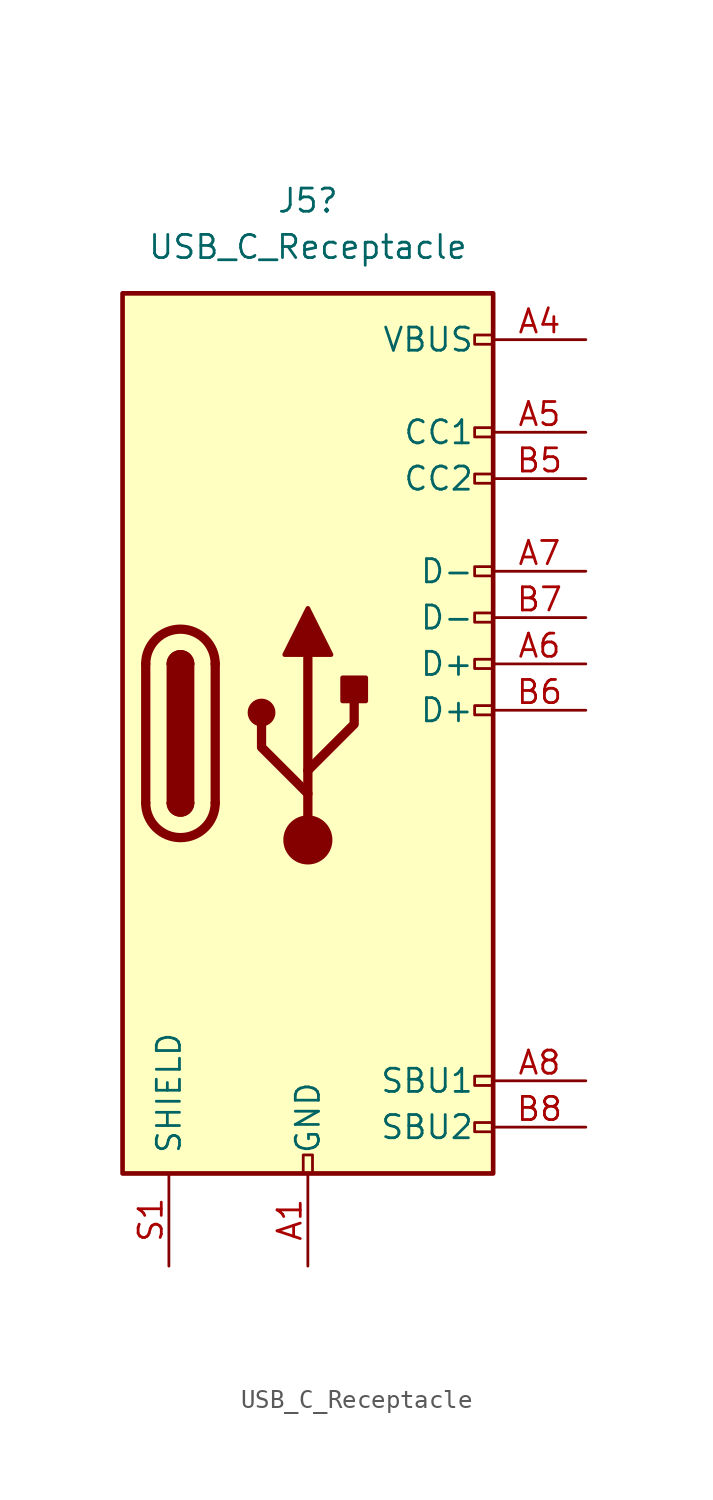
<source format=kicad_sym>
(kicad_symbol_lib
  (version 20220914)
  (generator kicad_symbol_editor)
  (symbol "USB_C_Receptacle"
    (pin_names
      (offset 1.016))
    (property "Reference" "J5"
      (at 0 33.02 0)
      (effects (font (size 1.27 1.27))))
    (property "Value" "USB_C_Receptacle"
      (at 0 30.48 0)
      (effects (font (size 1.27 1.27))))
    (symbol "USB_C_Receptacle_0_0"
      (rectangle (start -0.254 -20.32) (end 0.254 -19.304) (stroke (width 0) (type default)) (fill (type none)))
      (rectangle (start 10.16 -17.526) (end 9.144 -18.034) (stroke (width 0) (type default)) (fill (type none)))
      (rectangle (start 10.16 -14.986) (end 9.144 -15.494) (stroke (width 0) (type default)) (fill (type none)))
      (rectangle (start 10.16 5.334) (end 9.144 4.826) (stroke (width 0) (type default)) (fill (type none)))
      (rectangle (start 10.16 7.874) (end 9.144 7.366) (stroke (width 0) (type default)) (fill (type none)))
      (rectangle (start 10.16 10.414) (end 9.144 9.906) (stroke (width 0) (type default)) (fill (type none)))
      (rectangle (start 10.16 12.954) (end 9.144 12.446) (stroke (width 0) (type default)) (fill (type none)))
      (rectangle (start 10.16 18.034) (end 9.144 17.526) (stroke (width 0) (type default)) (fill (type none)))
      (rectangle (start 10.16 20.574) (end 9.144 20.066) (stroke (width 0) (type default)) (fill (type none)))
      (rectangle (start 10.16 25.654) (end 9.144 25.146) (stroke (width 0) (type default)) (fill (type none))))
    (symbol "USB_C_Receptacle_0_1"
      (rectangle (start -10.16 27.94) (end 10.16 -20.32) (stroke (width 0.254) (type default)) (fill (type background)))
      (arc (start -8.89 0) (mid -6.985 -1.8967) (end -5.08 0) (stroke (width 0.508) (type default)) (fill (type none)))
      (arc (start -7.62 0) (mid -6.985 -0.6323) (end -6.35 0) (stroke (width 0.254) (type default)) (fill (type none)))
      (arc (start -7.62 0) (mid -6.985 -0.6323) (end -6.35 0) (stroke (width 0.254) (type default)) (fill (type outline)))
      (rectangle (start -7.62 0) (end -6.35 7.62) (stroke (width 0.254) (type default)) (fill (type outline)))
      (arc (start -6.35 7.62) (mid -6.985 8.2523) (end -7.62 7.62) (stroke (width 0.254) (type default)) (fill (type none)))
      (arc (start -6.35 7.62) (mid -6.985 8.2523) (end -7.62 7.62) (stroke (width 0.254) (type default)) (fill (type outline)))
      (arc (start -5.08 7.62) (mid -6.985 9.5167) (end -8.89 7.62) (stroke (width 0.508) (type default)) (fill (type none)))
      (polyline (pts (xy -8.89 0) (xy -8.89 7.62)) (stroke (width 0.508) (type default)) (fill (type none)))
      (polyline (pts (xy -5.08 7.62) (xy -5.08 0)) (stroke (width 0.508) (type default)) (fill (type none))))
    (symbol "USB_C_Receptacle_1_1"
      (circle (center -2.54 4.953) (radius 0.635) (stroke (width 0.254) (type default)) (fill (type outline)))
      (circle (center 0 -2.032) (radius 1.27) (stroke (width 0) (type default)) (fill (type outline)))
      (polyline (pts (xy 0 -2.032) (xy 0 8.128)) (stroke (width 0.508) (type default)) (fill (type none)))
      (polyline (pts (xy 0 0.508) (xy -2.54 3.048) (xy -2.54 4.318)) (stroke (width 0.508) (type default)) (fill (type none)))
      (polyline (pts (xy 0 1.778) (xy 2.54 4.318) (xy 2.54 5.588)) (stroke (width 0.508) (type default)) (fill (type none)))
      (polyline (pts (xy -1.27 8.128) (xy 0 10.668) (xy 1.27 8.128) (xy -1.27 8.128)) (stroke (width 0.254) (type default)) (fill (type outline)))
      (rectangle (start 1.905 5.588) (end 3.175 6.858) (stroke (width 0.254) (type default)) (fill (type outline)))
      (pin passive line (at 0 -25.4 90) (length 5.08) (name "GND" (effects (font (size 1.27 1.27)))) (number "A1" (effects (font (size 1.27 1.27)))))
      (pin passive line (at 0 -25.4 90) (length 5.08) hide (name "GND" (effects (font (size 1.27 1.27)))) (number "A12" (effects (font (size 1.27 1.27)))))
      (pin passive line (at 15.24 25.4 180) (length 5.08) (name "VBUS" (effects (font (size 1.27 1.27)))) (number "A4" (effects (font (size 1.27 1.27)))))
      (pin bidirectional line (at 15.24 20.32 180) (length 5.08) (name "CC1" (effects (font (size 1.27 1.27)))) (number "A5" (effects (font (size 1.27 1.27)))))
      (pin bidirectional line (at 15.24 7.62 180) (length 5.08) (name "D+" (effects (font (size 1.27 1.27)))) (number "A6" (effects (font (size 1.27 1.27)))))
      (pin bidirectional line (at 15.24 12.7 180) (length 5.08) (name "D-" (effects (font (size 1.27 1.27)))) (number "A7" (effects (font (size 1.27 1.27)))))
      (pin bidirectional line (at 15.24 -15.24 180) (length 5.08) (name "SBU1" (effects (font (size 1.27 1.27)))) (number "A8" (effects (font (size 1.27 1.27)))))
      (pin passive line (at 15.24 25.4 180) (length 5.08) hide (name "VBUS" (effects (font (size 1.27 1.27)))) (number "A9" (effects (font (size 1.27 1.27)))))
      (pin passive line (at 0 -25.4 90) (length 5.08) hide (name "GND" (effects (font (size 1.27 1.27)))) (number "B1" (effects (font (size 1.27 1.27)))))
      (pin passive line (at 0 -25.4 90) (length 5.08) hide (name "GND" (effects (font (size 1.27 1.27)))) (number "B12" (effects (font (size 1.27 1.27)))))
      (pin passive line (at 15.24 25.4 180) (length 5.08) hide (name "VBUS" (effects (font (size 1.27 1.27)))) (number "B4" (effects (font (size 1.27 1.27)))))
      (pin bidirectional line (at 15.24 17.78 180) (length 5.08) (name "CC2" (effects (font (size 1.27 1.27)))) (number "B5" (effects (font (size 1.27 1.27)))))
      (pin bidirectional line (at 15.24 5.08 180) (length 5.08) (name "D+" (effects (font (size 1.27 1.27)))) (number "B6" (effects (font (size 1.27 1.27)))))
      (pin bidirectional line (at 15.24 10.16 180) (length 5.08) (name "D-" (effects (font (size 1.27 1.27)))) (number "B7" (effects (font (size 1.27 1.27)))))
      (pin bidirectional line (at 15.24 -17.78 180) (length 5.08) (name "SBU2" (effects (font (size 1.27 1.27)))) (number "B8" (effects (font (size 1.27 1.27)))))
      (pin passive line (at 15.24 25.4 180) (length 5.08) hide (name "VBUS" (effects (font (size 1.27 1.27)))) (number "B9" (effects (font (size 1.27 1.27)))))
      (pin passive line (at -7.62 -25.4 90) (length 5.08) (name "SHIELD" (effects (font (size 1.27 1.27)))) (number "S1" (effects (font (size 1.27 1.27))))))))
</source>
